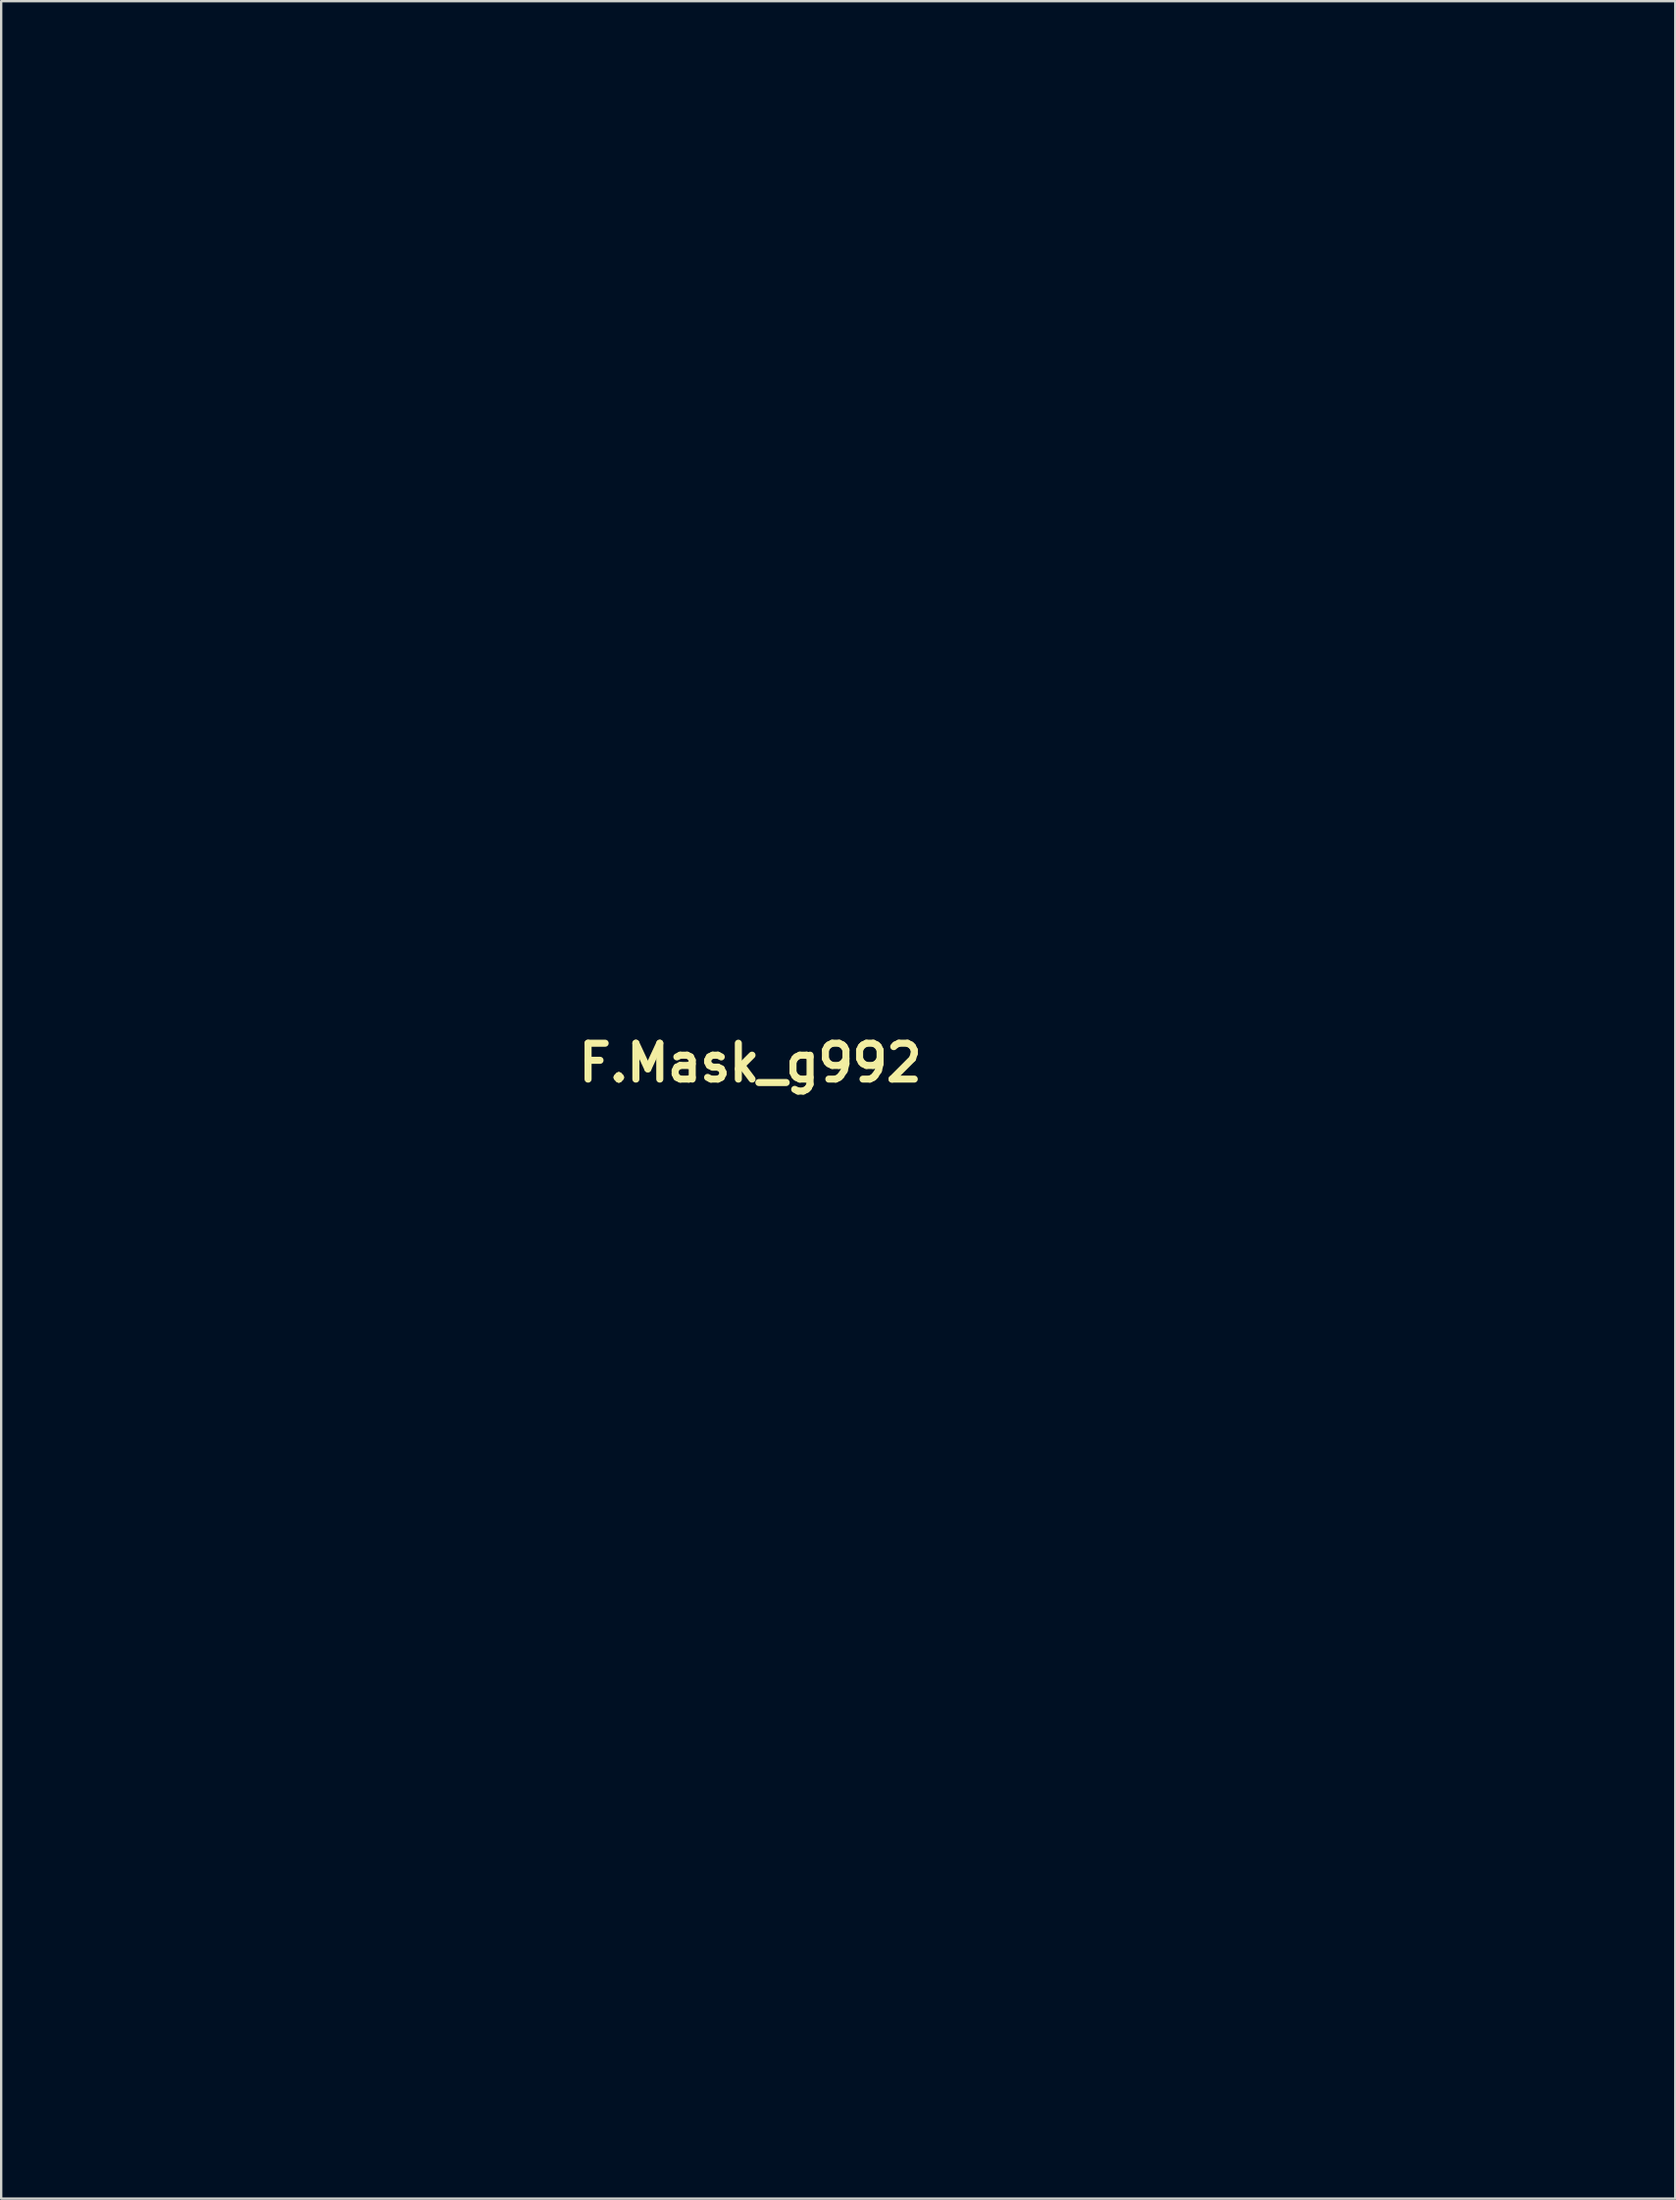
<source format=kicad_pcb>
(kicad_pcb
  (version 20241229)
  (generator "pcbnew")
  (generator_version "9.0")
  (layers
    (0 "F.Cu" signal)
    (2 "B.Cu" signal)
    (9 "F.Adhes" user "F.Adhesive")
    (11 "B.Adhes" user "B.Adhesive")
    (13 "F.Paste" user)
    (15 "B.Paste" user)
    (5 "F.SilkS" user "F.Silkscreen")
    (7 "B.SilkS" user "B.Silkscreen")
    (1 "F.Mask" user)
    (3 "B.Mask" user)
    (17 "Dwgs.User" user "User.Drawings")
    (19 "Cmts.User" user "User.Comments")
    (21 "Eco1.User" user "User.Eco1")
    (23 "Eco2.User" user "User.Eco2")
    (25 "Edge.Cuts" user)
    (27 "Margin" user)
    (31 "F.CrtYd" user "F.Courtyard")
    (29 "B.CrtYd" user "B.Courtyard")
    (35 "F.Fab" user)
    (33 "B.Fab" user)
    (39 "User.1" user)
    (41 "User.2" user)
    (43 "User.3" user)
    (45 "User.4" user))
  (footprint "F.Mask_g992"
    (layer "F.Cu")
    (at 28.834 42.09)
    (property "Reference" "F.Mask_g992" (at 0 0 0) (layer "F.SilkS") (effects (font (size 1.524 1.524) (thickness 0.3))))
    (attr through_hole)
    (fp_poly (pts (xy 10.24 -21.934) (xy 10.305 -21.892) (xy 10.369 -21.835) (xy 10.422 -21.773) (xy 10.452 -21.716) (xy 10.456 -21.693) (xy 10.447 -21.651) (xy 10.42 -21.581) (xy 10.381 -21.493) (xy 10.334 -21.396) (xy 10.333 -21.394) (xy 10.267 -21.272) (xy 10.18 -21.117) (xy 10.074 -20.932) (xy 9.949 -20.719) (xy 9.808 -20.481) (xy 9.652 -20.221) (xy 9.482 -19.941) (xy 9.301 -19.643) (xy 9.11 -19.331) (xy 8.911 -19.007) (xy 8.705 -18.674) (xy 8.493 -18.334) (xy 8.278 -17.989) (xy 8.061 -17.643) (xy 7.844 -17.299) (xy 7.628 -16.958) (xy 7.414 -16.623) (xy 7.206 -16.297) (xy 7.003 -15.983) (xy 6.933 -15.875) (xy 6.737 -15.575) (xy 6.563 -15.309) (xy 6.408 -15.077) (xy 6.273 -14.878) (xy 6.156 -14.709) (xy 6.056 -14.57) (xy 5.972 -14.459) (xy 5.904 -14.375) (xy 5.851 -14.317) (xy 5.811 -14.283) (xy 5.801 -14.278) (xy 5.703 -14.249) (xy 5.598 -14.253) (xy 5.507 -14.288) (xy 5.458 -14.327) (xy 5.416 -14.383) (xy 5.378 -14.458) (xy 5.347 -14.555) (xy 5.32 -14.675) (xy 5.298 -14.822) (xy 5.28 -14.997) (xy 5.267 -15.203) (xy 5.257 -15.442) (xy 5.251 -15.718) (xy 5.249 -16.031) (xy 5.248 -16.277) (xy 5.249 -16.431) (xy 5.25 -16.609) (xy 5.252 -16.807) (xy 5.255 -17.021) (xy 5.258 -17.247) (xy 5.262 -17.482) (xy 5.266 -17.722) (xy 5.27 -17.964) (xy 5.275 -18.202) (xy 5.279 -18.435) (xy 5.284 -18.657) (xy 5.289 -18.866) (xy 5.294 -19.057) (xy 5.298 -19.227) (xy 5.303 -19.372) (xy 5.307 -19.488) (xy 5.31 -19.572) (xy 5.313 -19.619) (xy 5.315 -19.629) (xy 5.335 -19.639) (xy 5.39 -19.666) (xy 5.477 -19.71) (xy 5.593 -19.767) (xy 5.736 -19.838) (xy 5.902 -19.92) (xy 6.088 -20.012) (xy 6.292 -20.113) (xy 6.511 -20.222) (xy 6.742 -20.336) (xy 6.795 -20.362) (xy 7.257 -20.59) (xy 7.683 -20.799) (xy 8.073 -20.99) (xy 8.428 -21.162) (xy 8.747 -21.316) (xy 9.033 -21.452) (xy 9.286 -21.572) (xy 9.506 -21.674) (xy 9.694 -21.759) (xy 9.851 -21.829) (xy 9.979 -21.882) (xy 10.076 -21.92) (xy 10.145 -21.942) (xy 10.185 -21.95) (xy 10.186 -21.95) (xy 10.24 -21.934)) (stroke (width 0.01) (type solid)) (fill yes) (layer "F.Mask"))
    (fp_poly (pts (xy -2.641 -21.877) (xy -2.505 -21.847) (xy -2.454 -21.832) (xy -2.347 -21.796) (xy -2.23 -21.753) (xy -2.099 -21.702) (xy -1.953 -21.641) (xy -1.79 -21.57) (xy -1.606 -21.488) (xy -1.401 -21.393) (xy -1.172 -21.284) (xy -0.916 -21.161) (xy -0.632 -21.023) (xy -0.318 -20.868) (xy 0.03 -20.695) (xy 0.413 -20.504) (xy 0.449 -20.486) (xy 0.716 -20.353) (xy 0.947 -20.237) (xy 1.146 -20.137) (xy 1.314 -20.052) (xy 1.455 -19.98) (xy 1.571 -19.92) (xy 1.663 -19.871) (xy 1.736 -19.832) (xy 1.791 -19.8) (xy 1.831 -19.775) (xy 1.858 -19.754) (xy 1.876 -19.738) (xy 1.886 -19.724) (xy 1.891 -19.711) (xy 1.893 -19.7) (xy 1.896 -19.669) (xy 1.902 -19.6) (xy 1.91 -19.495) (xy 1.921 -19.359) (xy 1.934 -19.194) (xy 1.949 -19.006) (xy 1.965 -18.797) (xy 1.982 -18.57) (xy 2 -18.33) (xy 2.019 -18.08) (xy 2.038 -17.823) (xy 2.057 -17.564) (xy 2.076 -17.305) (xy 2.095 -17.05) (xy 2.113 -16.803) (xy 2.13 -16.568) (xy 2.146 -16.347) (xy 2.148 -16.32) (xy 2.17 -16.002) (xy 2.19 -15.686) (xy 2.207 -15.38) (xy 2.221 -15.088) (xy 2.233 -14.818) (xy 2.241 -14.575) (xy 2.246 -14.366) (xy 2.247 -14.297) (xy 2.248 -14.151) (xy 2.247 -14.041) (xy 2.245 -13.96) (xy 2.24 -13.901) (xy 2.233 -13.858) (xy 2.222 -13.823) (xy 2.207 -13.79) (xy 2.206 -13.788) (xy 2.17 -13.73) (xy 2.131 -13.701) (xy 2.081 -13.687) (xy 1.981 -13.675) (xy 1.909 -13.677) (xy 1.855 -13.698) (xy 1.805 -13.738) (xy 1.8 -13.742) (xy 1.743 -13.807) (xy 1.666 -13.907) (xy 1.571 -14.038) (xy 1.458 -14.199) (xy 1.33 -14.387) (xy 1.187 -14.601) (xy 1.032 -14.837) (xy 0.865 -15.094) (xy 0.688 -15.37) (xy 0.503 -15.661) (xy 0.31 -15.966) (xy 0.111 -16.283) (xy -0.092 -16.609) (xy -0.299 -16.942) (xy -0.507 -17.28) (xy -0.715 -17.62) (xy -0.922 -17.96) (xy -1.127 -18.298) (xy -1.327 -18.631) (xy -1.523 -18.958) (xy -1.711 -19.275) (xy -1.892 -19.582) (xy -2.063 -19.875) (xy -2.223 -20.152) (xy -2.37 -20.411) (xy -2.504 -20.649) (xy -2.623 -20.865) (xy -2.725 -21.056) (xy -2.809 -21.219) (xy -2.828 -21.259) (xy -2.888 -21.384) (xy -2.928 -21.48) (xy -2.951 -21.555) (xy -2.957 -21.617) (xy -2.95 -21.674) (xy -2.934 -21.724) (xy -2.89 -21.805) (xy -2.829 -21.857) (xy -2.747 -21.881) (xy -2.641 -21.877)) (stroke (width 0.01) (type solid)) (fill yes) (layer "F.Mask"))
    (fp_poly (pts (xy 25.315 -5.61) (xy 25.354 -5.582) (xy 25.357 -5.578) (xy 25.379 -5.53) (xy 25.4 -5.447) (xy 25.418 -5.334) (xy 25.433 -5.2) (xy 25.444 -5.051) (xy 25.452 -4.893) (xy 25.455 -4.734) (xy 25.453 -4.58) (xy 25.445 -4.438) (xy 25.443 -4.413) (xy 25.427 -4.265) (xy 25.405 -4.125) (xy 25.375 -3.987) (xy 25.336 -3.845) (xy 25.285 -3.696) (xy 25.22 -3.533) (xy 25.141 -3.35) (xy 25.044 -3.143) (xy 24.928 -2.907) (xy 24.893 -2.836) (xy 24.663 -2.39) (xy 24.436 -1.979) (xy 24.207 -1.595) (xy 23.971 -1.232) (xy 23.723 -0.882) (xy 23.459 -0.538) (xy 23.173 -0.194) (xy 22.863 0.157) (xy 22.726 0.305) (xy 22.586 0.451) (xy 22.439 0.597) (xy 22.283 0.746) (xy 22.113 0.903) (xy 21.926 1.07) (xy 21.719 1.251) (xy 21.487 1.448) (xy 21.227 1.665) (xy 21.043 1.818) (xy 20.549 2.226) (xy 19.011 2.266) (xy 18.325 2.283) (xy 17.658 2.3) (xy 17.004 2.316) (xy 16.359 2.331) (xy 15.719 2.346) (xy 15.078 2.361) (xy 14.432 2.375) (xy 13.776 2.389) (xy 13.105 2.404) (xy 12.416 2.418) (xy 11.702 2.432) (xy 10.96 2.447) (xy 10.185 2.462) (xy 9.4 2.477) (xy 9.019 2.484) (xy 8.678 2.49) (xy 8.375 2.496) (xy 8.108 2.501) (xy 7.874 2.505) (xy 7.671 2.509) (xy 7.497 2.511) (xy 7.35 2.514) (xy 7.228 2.515) (xy 7.127 2.516) (xy 7.047 2.517) (xy 6.984 2.517) (xy 6.938 2.516) (xy 6.904 2.515) (xy 6.881 2.513) (xy 6.868 2.511) (xy 6.861 2.509) (xy 6.858 2.506) (xy 6.858 2.503) (xy 6.862 2.44) (xy 6.872 2.353) (xy 6.885 2.253) (xy 6.901 2.149) (xy 6.918 2.052) (xy 6.934 1.972) (xy 6.947 1.919) (xy 6.951 1.909) (xy 6.976 1.869) (xy 7.009 1.828) (xy 7.052 1.786) (xy 7.108 1.74) (xy 7.177 1.69) (xy 7.262 1.637) (xy 7.362 1.578) (xy 7.481 1.514) (xy 7.618 1.444) (xy 7.777 1.367) (xy 7.957 1.283) (xy 8.162 1.19) (xy 8.391 1.088) (xy 8.647 0.976) (xy 8.931 0.855) (xy 9.245 0.722) (xy 9.589 0.578) (xy 9.966 0.421) (xy 10.377 0.252) (xy 10.823 0.069) (xy 11.306 -0.129) (xy 11.716 -0.296) (xy 12.484 -0.609) (xy 13.242 -0.916) (xy 13.987 -1.219) (xy 14.719 -1.515) (xy 15.436 -1.805) (xy 16.138 -2.088) (xy 16.822 -2.363) (xy 17.489 -2.631) (xy 18.137 -2.891) (xy 18.764 -3.142) (xy 19.369 -3.383) (xy 19.952 -3.615) (xy 20.511 -3.837) (xy 21.045 -4.048) (xy 21.553 -4.249) (xy 22.034 -4.437) (xy 22.486 -4.614) (xy 22.908 -4.778) (xy 23.299 -4.93) (xy 23.658 -5.068) (xy 23.985 -5.192) (xy 24.276 -5.302) (xy 24.532 -5.397) (xy 24.752 -5.477) (xy 24.934 -5.541) (xy 24.945 -5.545) (xy 25.08 -5.589) (xy 25.184 -5.614) (xy 25.26 -5.621) (xy 25.315 -5.61)) (stroke (width 0.01) (type solid)) (fill yes) (layer "F.Mask"))
    (fp_poly (pts (xy -17.629 -5.516) (xy -17.554 -5.499) (xy -17.459 -5.471) (xy -17.342 -5.432) (xy -17.198 -5.379) (xy -17.023 -5.313) (xy -16.814 -5.231) (xy -16.764 -5.211) (xy -16.575 -5.137) (xy -16.35 -5.048) (xy -16.091 -4.945) (xy -15.8 -4.829) (xy -15.481 -4.702) (xy -15.137 -4.565) (xy -14.769 -4.418) (xy -14.382 -4.263) (xy -13.976 -4.101) (xy -13.556 -3.933) (xy -13.123 -3.76) (xy -12.682 -3.583) (xy -12.233 -3.403) (xy -11.78 -3.221) (xy -11.326 -3.039) (xy -10.874 -2.857) (xy -10.425 -2.676) (xy -9.983 -2.499) (xy -9.551 -2.324) (xy -9.131 -2.155) (xy -8.726 -1.992) (xy -8.338 -1.835) (xy -8.223 -1.789) (xy -8.081 -1.731) (xy -7.909 -1.662) (xy -7.717 -1.584) (xy -7.513 -1.502) (xy -7.307 -1.419) (xy -7.108 -1.338) (xy -7.017 -1.302) (xy -6.372 -1.041) (xy -5.765 -0.796) (xy -5.195 -0.566) (xy -4.661 -0.349) (xy -4.162 -0.146) (xy -3.696 0.044) (xy -3.263 0.221) (xy -2.86 0.386) (xy -2.488 0.54) (xy -2.144 0.683) (xy -1.828 0.815) (xy -1.538 0.937) (xy -1.274 1.05) (xy -1.033 1.154) (xy -0.816 1.249) (xy -0.62 1.336) (xy -0.445 1.416) (xy -0.289 1.489) (xy -0.151 1.555) (xy -0.03 1.616) (xy 0.075 1.671) (xy 0.165 1.721) (xy 0.242 1.767) (xy 0.306 1.809) (xy 0.359 1.848) (xy 0.403 1.884) (xy 0.437 1.917) (xy 0.464 1.949) (xy 0.466 1.951) (xy 0.491 1.99) (xy 0.508 2.032) (xy 0.518 2.089) (xy 0.524 2.172) (xy 0.526 2.223) (xy 0.528 2.319) (xy 0.526 2.385) (xy 0.517 2.431) (xy 0.501 2.469) (xy 0.482 2.498) (xy 0.448 2.544) (xy 0.41 2.579) (xy 0.363 2.604) (xy 0.3 2.62) (xy 0.215 2.63) (xy 0.1 2.635) (xy -0.042 2.638) (xy -0.154 2.638) (xy -0.3 2.637) (xy -0.469 2.635) (xy -0.655 2.633) (xy -0.846 2.629) (xy -1.035 2.625) (xy -1.079 2.624) (xy -1.226 2.62) (xy -1.394 2.616) (xy -1.586 2.612) (xy -1.801 2.607) (xy -2.042 2.602) (xy -2.308 2.596) (xy -2.603 2.59) (xy -2.925 2.583) (xy -3.278 2.576) (xy -3.661 2.569) (xy -4.075 2.561) (xy -4.523 2.552) (xy -5.005 2.543) (xy -5.522 2.533) (xy -6.075 2.522) (xy -6.665 2.511) (xy -7.294 2.499) (xy -7.962 2.486) (xy -8.671 2.473) (xy -9.068 2.465) (xy -13.003 2.391) (xy -13.28 2.185) (xy -13.391 2.101) (xy -13.506 2.012) (xy -13.613 1.927) (xy -13.702 1.854) (xy -13.726 1.834) (xy -13.893 1.688) (xy -14.078 1.52) (xy -14.277 1.334) (xy -14.485 1.135) (xy -14.698 0.928) (xy -14.911 0.718) (xy -15.119 0.509) (xy -15.317 0.305) (xy -15.501 0.112) (xy -15.666 -0.065) (xy -15.807 -0.223) (xy -15.888 -0.318) (xy -16.218 -0.728) (xy -16.527 -1.144) (xy -16.812 -1.561) (xy -17.073 -1.978) (xy -17.307 -2.391) (xy -17.513 -2.797) (xy -17.689 -3.192) (xy -17.833 -3.573) (xy -17.944 -3.938) (xy -17.994 -4.149) (xy -18.025 -4.334) (xy -18.042 -4.524) (xy -18.045 -4.711) (xy -18.036 -4.892) (xy -18.015 -5.059) (xy -17.983 -5.208) (xy -17.94 -5.334) (xy -17.888 -5.429) (xy -17.827 -5.49) (xy -17.816 -5.496) (xy -17.779 -5.512) (xy -17.738 -5.521) (xy -17.689 -5.523) (xy -17.629 -5.516)) (stroke (width 0.01) (type solid)) (fill yes) (layer "F.Mask"))
    (fp_poly (pts (xy 15.527 8.631) (xy 15.636 8.682) (xy 15.746 8.772) (xy 15.798 8.828) (xy 15.904 8.962) (xy 16.023 9.132) (xy 16.154 9.335) (xy 16.296 9.57) (xy 16.447 9.833) (xy 16.605 10.12) (xy 16.77 10.429) (xy 16.94 10.758) (xy 17.113 11.102) (xy 17.289 11.46) (xy 17.465 11.828) (xy 17.64 12.204) (xy 17.813 12.584) (xy 17.982 12.965) (xy 18.146 13.345) (xy 18.304 13.72) (xy 18.453 14.088) (xy 18.594 14.446) (xy 18.723 14.79) (xy 18.813 15.039) (xy 19.048 15.728) (xy 19.261 16.397) (xy 19.452 17.052) (xy 19.624 17.699) (xy 19.776 18.342) (xy 19.911 18.988) (xy 20.028 19.641) (xy 20.129 20.306) (xy 20.215 20.99) (xy 20.287 21.696) (xy 20.346 22.432) (xy 20.392 23.201) (xy 20.404 23.442) (xy 20.414 23.667) (xy 20.423 23.906) (xy 20.431 24.16) (xy 20.438 24.432) (xy 20.444 24.725) (xy 20.45 25.04) (xy 20.455 25.381) (xy 20.459 25.749) (xy 20.462 26.146) (xy 20.464 26.576) (xy 20.466 27.039) (xy 20.467 27.54) (xy 20.468 28.079) (xy 20.468 28.322) (xy 20.468 31) (xy 19.764 31.205) (xy 19.603 31.252) (xy 19.409 31.309) (xy 19.188 31.373) (xy 18.948 31.443) (xy 18.696 31.517) (xy 18.439 31.592) (xy 18.185 31.666) (xy 17.94 31.738) (xy 17.896 31.751) (xy 17.175 31.961) (xy 16.492 32.158) (xy 15.844 32.342) (xy 15.23 32.514) (xy 14.647 32.674) (xy 14.093 32.823) (xy 13.566 32.962) (xy 13.064 33.09) (xy 12.584 33.209) (xy 12.124 33.318) (xy 11.683 33.419) (xy 11.257 33.511) (xy 10.845 33.596) (xy 10.444 33.674) (xy 10.053 33.745) (xy 9.669 33.809) (xy 9.289 33.868) (xy 8.912 33.922) (xy 8.536 33.971) (xy 8.158 34.016) (xy 7.776 34.057) (xy 7.567 34.077) (xy 7.427 34.091) (xy 7.262 34.106) (xy 7.076 34.123) (xy 6.875 34.142) (xy 6.662 34.161) (xy 6.44 34.181) (xy 6.215 34.201) (xy 5.991 34.221) (xy 5.771 34.241) (xy 5.559 34.259) (xy 5.361 34.276) (xy 5.18 34.292) (xy 5.021 34.305) (xy 4.887 34.317) (xy 4.782 34.325) (xy 4.711 34.33) (xy 4.679 34.332) (xy 4.614 34.332) (xy 4.614 32.991) (xy 4.614 32.708) (xy 4.615 32.463) (xy 4.616 32.254) (xy 4.617 32.078) (xy 4.619 31.93) (xy 4.622 31.808) (xy 4.625 31.708) (xy 4.629 31.626) (xy 4.634 31.56) (xy 4.64 31.506) (xy 4.647 31.462) (xy 4.699 31.253) (xy 4.777 31.074) (xy 4.886 30.923) (xy 5.026 30.797) (xy 5.201 30.692) (xy 5.373 30.62) (xy 5.473 30.587) (xy 5.587 30.556) (xy 5.718 30.526) (xy 5.869 30.497) (xy 6.043 30.468) (xy 6.242 30.439) (xy 6.47 30.409) (xy 6.728 30.379) (xy 7.021 30.347) (xy 7.35 30.313) (xy 7.705 30.278) (xy 8.175 30.231) (xy 8.623 30.18) (xy 9.055 30.125) (xy 9.48 30.065) (xy 9.905 29.997) (xy 10.338 29.922) (xy 10.788 29.837) (xy 11.261 29.742) (xy 11.765 29.635) (xy 11.822 29.623) (xy 12.453 29.481) (xy 13.057 29.338) (xy 13.642 29.19) (xy 14.216 29.035) (xy 14.786 28.871) (xy 15.358 28.697) (xy 15.94 28.51) (xy 16.539 28.307) (xy 17.163 28.087) (xy 17.628 27.918) (xy 18.461 27.612) (xy 18.451 24.723) (xy 18.449 24.291) (xy 18.447 23.899) (xy 18.446 23.543) (xy 18.444 23.221) (xy 18.442 22.929) (xy 18.44 22.665) (xy 18.437 22.425) (xy 18.434 22.206) (xy 18.431 22.007) (xy 18.427 21.822) (xy 18.422 21.651) (xy 18.417 21.489) (xy 18.412 21.333) (xy 18.405 21.182) (xy 18.398 21.031) (xy 18.39 20.877) (xy 18.381 20.719) (xy 18.372 20.563) (xy 18.3 19.583) (xy 18.202 18.634) (xy 18.078 17.718) (xy 17.928 16.833) (xy 17.752 15.978) (xy 17.549 15.153) (xy 17.319 14.356) (xy 17.063 13.586) (xy 17.063 13.585) (xy 16.938 13.243) (xy 16.81 12.91) (xy 16.676 12.578) (xy 16.531 12.239) (xy 16.374 11.883) (xy 16.199 11.503) (xy 16.136 11.37) (xy 15.938 10.944) (xy 15.762 10.554) (xy 15.608 10.2) (xy 15.476 9.882) (xy 15.366 9.599) (xy 15.278 9.351) (xy 15.253 9.277) (xy 15.204 9.106) (xy 15.179 8.966) (xy 15.178 8.854) (xy 15.202 8.766) (xy 15.251 8.698) (xy 15.325 8.646) (xy 15.423 8.619) (xy 15.527 8.631)) (stroke (width 0.01) (type solid)) (fill yes) (layer "F.Mask"))
    (fp_poly (pts (xy -6.955 6.756) (xy -6.857 6.804) (xy -6.786 6.878) (xy -6.773 6.902) (xy -6.746 6.97) (xy -6.732 7.037) (xy -6.731 7.049) (xy -6.738 7.109) (xy -6.759 7.193) (xy -6.794 7.302) (xy -6.844 7.438) (xy -6.91 7.601) (xy -6.992 7.793) (xy -7.09 8.014) (xy -7.205 8.266) (xy -7.337 8.549) (xy -7.487 8.866) (xy -7.656 9.216) (xy -7.843 9.602) (xy -8.05 10.023) (xy -8.086 10.097) (xy -8.197 10.323) (xy -8.307 10.548) (xy -8.415 10.768) (xy -8.516 10.978) (xy -8.611 11.172) (xy -8.695 11.347) (xy -8.767 11.499) (xy -8.826 11.622) (xy -8.867 11.711) (xy -8.869 11.716) (xy -9.11 12.257) (xy -9.333 12.787) (xy -9.541 13.31) (xy -9.733 13.829) (xy -9.91 14.346) (xy -10.073 14.865) (xy -10.222 15.388) (xy -10.358 15.919) (xy -10.481 16.46) (xy -10.593 17.015) (xy -10.693 17.586) (xy -10.783 18.176) (xy -10.863 18.789) (xy -10.934 19.427) (xy -10.995 20.093) (xy -11.049 20.791) (xy -11.095 21.522) (xy -11.134 22.291) (xy -11.154 22.765) (xy -11.174 23.3) (xy -11.192 23.794) (xy -11.206 24.249) (xy -11.217 24.667) (xy -11.224 25.049) (xy -11.229 25.397) (xy -11.23 25.712) (xy -11.229 25.997) (xy -11.224 26.251) (xy -11.216 26.478) (xy -11.205 26.679) (xy -11.19 26.855) (xy -11.173 27.008) (xy -11.157 27.111) (xy -11.129 27.258) (xy -11.098 27.371) (xy -11.061 27.457) (xy -11.012 27.527) (xy -10.947 27.587) (xy -10.876 27.637) (xy -10.72 27.728) (xy -10.528 27.825) (xy -10.298 27.928) (xy -10.029 28.037) (xy -9.72 28.152) (xy -9.371 28.274) (xy -9.236 28.319) (xy -8.716 28.487) (xy -8.158 28.655) (xy -7.569 28.822) (xy -6.952 28.987) (xy -6.313 29.15) (xy -5.657 29.308) (xy -4.989 29.461) (xy -4.314 29.608) (xy -3.638 29.747) (xy -2.964 29.877) (xy -2.3 29.998) (xy -1.648 30.108) (xy -1.015 30.206) (xy -0.405 30.291) (xy -0.265 30.309) (xy -0.024 30.338) (xy 0.215 30.365) (xy 0.459 30.389) (xy 0.715 30.412) (xy 0.99 30.433) (xy 1.288 30.454) (xy 1.618 30.475) (xy 1.894 30.491) (xy 2.094 30.502) (xy 2.281 30.513) (xy 2.451 30.524) (xy 2.599 30.533) (xy 2.722 30.541) (xy 2.816 30.548) (xy 2.874 30.552) (xy 2.895 30.555) (xy 2.899 30.564) (xy 2.904 30.591) (xy 2.907 30.638) (xy 2.91 30.706) (xy 2.913 30.799) (xy 2.915 30.917) (xy 2.917 31.064) (xy 2.919 31.242) (xy 2.92 31.453) (xy 2.92 31.698) (xy 2.921 31.981) (xy 2.921 32.304) (xy 2.921 32.406) (xy 2.921 34.248) (xy 2.82 34.244) (xy 2.777 34.243) (xy 2.697 34.241) (xy 2.584 34.239) (xy 2.446 34.236) (xy 2.286 34.232) (xy 2.11 34.229) (xy 1.924 34.225) (xy 1.894 34.225) (xy 1.538 34.217) (xy 1.216 34.207) (xy 0.923 34.196) (xy 0.652 34.183) (xy 0.395 34.168) (xy 0.145 34.15) (xy -0.105 34.129) (xy -0.212 34.119) (xy -0.719 34.068) (xy -1.215 34.012) (xy -1.696 33.951) (xy -2.156 33.886) (xy -2.589 33.818) (xy -2.992 33.748) (xy -3.36 33.676) (xy -3.471 33.653) (xy -3.764 33.587) (xy -4.092 33.51) (xy -4.452 33.423) (xy -4.84 33.327) (xy -5.251 33.223) (xy -5.684 33.111) (xy -6.132 32.994) (xy -6.593 32.871) (xy -7.063 32.745) (xy -7.538 32.615) (xy -8.014 32.484) (xy -8.487 32.352) (xy -8.954 32.22) (xy -9.411 32.09) (xy -9.853 31.962) (xy -10.278 31.837) (xy -10.681 31.717) (xy -11.058 31.603) (xy -11.406 31.495) (xy -11.721 31.394) (xy -11.999 31.303) (xy -12.023 31.295) (xy -12.221 31.227) (xy -12.383 31.169) (xy -12.513 31.119) (xy -12.616 31.075) (xy -12.694 31.035) (xy -12.753 30.997) (xy -12.796 30.958) (xy -12.828 30.918) (xy -12.847 30.884) (xy -12.89 30.775) (xy -12.93 30.624) (xy -12.966 30.43) (xy -12.998 30.196) (xy -13.026 29.919) (xy -13.051 29.601) (xy -13.072 29.24) (xy -13.089 28.838) (xy -13.102 28.394) (xy -13.112 27.907) (xy -13.118 27.379) (xy -13.12 26.809) (xy -13.118 26.196) (xy -13.117 26.048) (xy -13.114 25.633) (xy -13.11 25.257) (xy -13.105 24.915) (xy -13.099 24.602) (xy -13.092 24.314) (xy -13.084 24.048) (xy -13.074 23.799) (xy -13.062 23.562) (xy -13.048 23.334) (xy -13.033 23.11) (xy -13.015 22.886) (xy -12.994 22.657) (xy -12.973 22.437) (xy -12.853 21.363) (xy -12.709 20.324) (xy -12.54 19.317) (xy -12.346 18.342) (xy -12.127 17.397) (xy -11.883 16.481) (xy -11.613 15.594) (xy -11.352 14.827) (xy -11.171 14.34) (xy -10.968 13.827) (xy -10.748 13.297) (xy -10.513 12.757) (xy -10.268 12.216) (xy -10.017 11.682) (xy -9.762 11.163) (xy -9.609 10.863) (xy -9.47 10.591) (xy -9.327 10.303) (xy -9.182 10.004) (xy -9.037 9.701) (xy -8.896 9.398) (xy -8.76 9.101) (xy -8.633 8.816) (xy -8.516 8.549) (xy -8.413 8.303) (xy -8.325 8.086) (xy -8.275 7.957) (xy -8.234 7.841) (xy -8.207 7.751) (xy -8.191 7.673) (xy -8.183 7.593) (xy -8.18 7.542) (xy -8.166 7.395) (xy -8.129 7.275) (xy -8.065 7.173) (xy -7.978 7.085) (xy -7.829 6.972) (xy -7.674 6.879) (xy -7.516 6.808) (xy -7.36 6.76) (xy -7.211 6.734) (xy -7.075 6.733) (xy -6.955 6.756)) (stroke (width 0.01) (type solid)) (fill yes) (layer "F.Mask"))
    (fp_poly (pts (xy -11.684 33.821) (xy -11.524 33.847) (xy -11.341 33.886) (xy -11.139 33.937) (xy -10.924 34) (xy -10.698 34.072) (xy -10.636 34.094) (xy -10.373 34.198) (xy -10.13 34.322) (xy -9.912 34.462) (xy -9.722 34.614) (xy -9.565 34.775) (xy -9.445 34.944) (xy -9.426 34.979) (xy -9.407 35.016) (xy -9.389 35.053) (xy -9.372 35.095) (xy -9.354 35.144) (xy -9.336 35.203) (xy -9.316 35.274) (xy -9.294 35.359) (xy -9.269 35.462) (xy -9.24 35.585) (xy -9.208 35.731) (xy -9.171 35.903) (xy -9.128 36.103) (xy -9.08 36.333) (xy -9.025 36.597) (xy -8.963 36.897) (xy -8.893 37.236) (xy -8.892 37.243) (xy -8.828 37.547) (xy -8.77 37.815) (xy -8.717 38.049) (xy -8.666 38.256) (xy -8.618 38.438) (xy -8.57 38.601) (xy -8.521 38.75) (xy -8.47 38.887) (xy -8.416 39.019) (xy -8.357 39.15) (xy -8.325 39.218) (xy -8.249 39.361) (xy -8.174 39.47) (xy -8.091 39.555) (xy -7.992 39.623) (xy -7.867 39.683) (xy -7.811 39.705) (xy -7.627 39.773) (xy -7.405 39.851) (xy -7.148 39.938) (xy -6.858 40.034) (xy -6.538 40.137) (xy -6.191 40.248) (xy -5.819 40.364) (xy -5.426 40.486) (xy -5.013 40.613) (xy -4.585 40.743) (xy -4.142 40.876) (xy -3.689 41.011) (xy -3.228 41.148) (xy -2.761 41.285) (xy -2.291 41.422) (xy -1.822 41.558) (xy -1.355 41.692) (xy -0.894 41.824) (xy -0.442 41.952) (xy 0.000077 42.075) (xy 0.428 42.194) (xy 0.84 42.307) (xy 1.232 42.413) (xy 1.603 42.512) (xy 1.948 42.603) (xy 2.267 42.685) (xy 2.555 42.756) (xy 2.811 42.817) (xy 2.9 42.838) (xy 3.027 42.865) (xy 3.162 42.891) (xy 3.288 42.913) (xy 3.387 42.928) (xy 3.516 42.939) (xy 3.658 42.943) (xy 3.814 42.938) (xy 3.987 42.926) (xy 4.177 42.904) (xy 4.385 42.874) (xy 4.614 42.835) (xy 4.865 42.786) (xy 5.139 42.727) (xy 5.437 42.657) (xy 5.761 42.577) (xy 6.113 42.486) (xy 6.493 42.383) (xy 6.904 42.269) (xy 7.347 42.143) (xy 7.822 42.004) (xy 8.332 41.853) (xy 8.879 41.688) (xy 9.462 41.51) (xy 9.927 41.367) (xy 10.166 41.293) (xy 10.425 41.213) (xy 10.699 41.128) (xy 10.985 41.038) (xy 11.281 40.946) (xy 11.582 40.851) (xy 11.885 40.756) (xy 12.187 40.661) (xy 12.485 40.567) (xy 12.776 40.475) (xy 13.055 40.387) (xy 13.32 40.303) (xy 13.567 40.224) (xy 13.793 40.152) (xy 13.994 40.088) (xy 14.168 40.032) (xy 14.311 39.985) (xy 14.419 39.95) (xy 14.478 39.93) (xy 14.735 39.838) (xy 14.955 39.752) (xy 15.144 39.669) (xy 15.305 39.587) (xy 15.445 39.502) (xy 15.567 39.413) (xy 15.677 39.316) (xy 15.71 39.284) (xy 15.793 39.196) (xy 15.856 39.118) (xy 15.91 39.032) (xy 15.966 38.926) (xy 15.978 38.901) (xy 16.02 38.812) (xy 16.059 38.724) (xy 16.095 38.632) (xy 16.13 38.533) (xy 16.165 38.425) (xy 16.2 38.303) (xy 16.236 38.164) (xy 16.275 38.004) (xy 16.317 37.821) (xy 16.363 37.61) (xy 16.414 37.368) (xy 16.471 37.091) (xy 16.535 36.777) (xy 16.541 36.748) (xy 16.602 36.448) (xy 16.657 36.187) (xy 16.705 35.96) (xy 16.749 35.764) (xy 16.789 35.595) (xy 16.825 35.45) (xy 16.86 35.325) (xy 16.894 35.217) (xy 16.927 35.121) (xy 16.961 35.035) (xy 16.997 34.954) (xy 17.011 34.925) (xy 17.069 34.813) (xy 17.127 34.723) (xy 17.198 34.638) (xy 17.27 34.563) (xy 17.354 34.482) (xy 17.431 34.42) (xy 17.513 34.367) (xy 17.616 34.312) (xy 17.653 34.294) (xy 17.825 34.217) (xy 18.021 34.141) (xy 18.234 34.068) (xy 18.453 34) (xy 18.671 33.94) (xy 18.88 33.891) (xy 19.069 33.854) (xy 19.231 33.833) (xy 19.267 33.831) (xy 19.403 33.827) (xy 19.506 33.838) (xy 19.582 33.865) (xy 19.639 33.911) (xy 19.683 33.979) (xy 19.688 33.99) (xy 19.708 34.033) (xy 19.72 34.071) (xy 19.725 34.115) (xy 19.723 34.174) (xy 19.716 34.259) (xy 19.709 34.329) (xy 19.688 34.499) (xy 19.658 34.707) (xy 19.619 34.949) (xy 19.572 35.222) (xy 19.516 35.523) (xy 19.454 35.847) (xy 19.389 36.174) (xy 19.37 36.265) (xy 19.343 36.388) (xy 19.311 36.541) (xy 19.272 36.719) (xy 19.229 36.92) (xy 19.181 37.14) (xy 19.129 37.377) (xy 19.074 37.627) (xy 19.017 37.886) (xy 18.958 38.152) (xy 18.899 38.422) (xy 18.839 38.692) (xy 18.78 38.96) (xy 18.722 39.221) (xy 18.666 39.473) (xy 18.612 39.713) (xy 18.562 39.937) (xy 18.516 40.143) (xy 18.475 40.326) (xy 18.439 40.485) (xy 18.409 40.615) (xy 18.386 40.713) (xy 18.371 40.777) (xy 18.364 40.803) (xy 18.364 40.804) (xy 18.343 40.811) (xy 18.286 40.829) (xy 18.195 40.857) (xy 18.075 40.895) (xy 17.928 40.941) (xy 17.759 40.993) (xy 17.571 41.051) (xy 17.367 41.114) (xy 17.186 41.17) (xy 16.922 41.251) (xy 16.631 41.341) (xy 16.321 41.437) (xy 16.004 41.534) (xy 15.689 41.631) (xy 15.386 41.725) (xy 15.105 41.811) (xy 14.891 41.878) (xy 14.265 42.07) (xy 13.671 42.253) (xy 13.099 42.429) (xy 12.539 42.6) (xy 11.984 42.77) (xy 11.423 42.941) (xy 10.847 43.116) (xy 10.248 43.298) (xy 10.054 43.357) (xy 9.72 43.458) (xy 9.374 43.563) (xy 9.02 43.669) (xy 8.66 43.777) (xy 8.295 43.886) (xy 7.928 43.995) (xy 7.562 44.104) (xy 7.199 44.211) (xy 6.841 44.317) (xy 6.49 44.42) (xy 6.149 44.52) (xy 5.82 44.617) (xy 5.505 44.709) (xy 5.207 44.795) (xy 4.928 44.876) (xy 4.67 44.95) (xy 4.436 45.017) (xy 4.228 45.077) (xy 4.047 45.127) (xy 3.898 45.169) (xy 3.781 45.2) (xy 3.699 45.221) (xy 3.655 45.231) (xy 3.648 45.232) (xy 3.622 45.225) (xy 3.558 45.207) (xy 3.461 45.178) (xy 3.334 45.14) (xy 3.181 45.094) (xy 3.004 45.039) (xy 2.807 44.979) (xy 2.594 44.913) (xy 2.368 44.843) (xy 2.254 44.808) (xy 1.361 44.53) (xy 0.5 44.263) (xy -0.334 44.006) (xy -1.15 43.756) (xy -1.954 43.511) (xy -2.753 43.269) (xy -3.555 43.027) (xy -4.366 42.785) (xy -5.193 42.538) (xy -6.044 42.286) (xy -6.418 42.176) (xy -6.97 42.013) (xy -7.481 41.86) (xy -7.952 41.718) (xy -8.384 41.587) (xy -8.777 41.465) (xy -9.131 41.354) (xy -9.447 41.252) (xy -9.725 41.161) (xy -9.965 41.079) (xy -10.169 41.007) (xy -10.337 40.944) (xy -10.468 40.89) (xy -10.535 40.86) (xy -10.61 40.821) (xy -10.67 40.779) (xy -10.718 40.728) (xy -10.759 40.661) (xy -10.798 40.571) (xy -10.839 40.45) (xy -10.869 40.354) (xy -10.922 40.171) (xy -10.981 39.953) (xy -11.045 39.702) (xy -11.114 39.425) (xy -11.186 39.123) (xy -11.261 38.802) (xy -11.338 38.464) (xy -11.416 38.115) (xy -11.494 37.757) (xy -11.572 37.395) (xy -11.648 37.033) (xy -11.722 36.674) (xy -11.793 36.323) (xy -11.861 35.983) (xy -11.923 35.658) (xy -11.98 35.353) (xy -12.031 35.071) (xy -12.075 34.815) (xy -12.11 34.591) (xy -12.137 34.401) (xy -12.149 34.304) (xy -12.159 34.159) (xy -12.154 34.046) (xy -12.129 33.961) (xy -12.084 33.895) (xy -12.016 33.843) (xy -11.987 33.827) (xy -11.92 33.81) (xy -11.817 33.808) (xy -11.684 33.821)) (stroke (width 0.01) (type solid)) (fill yes) (layer "F.Mask"))
    (fp_poly (pts (xy -18.926 -41.697) (xy -18.833 -41.649) (xy -18.732 -41.577) (xy -18.727 -41.574) (xy -18.635 -41.498) (xy -18.523 -41.403) (xy -18.391 -41.288) (xy -18.239 -41.153) (xy -18.066 -40.998) (xy -17.871 -40.821) (xy -17.654 -40.622) (xy -17.414 -40.401) (xy -17.149 -40.156) (xy -16.861 -39.887) (xy -16.547 -39.593) (xy -16.207 -39.275) (xy -15.841 -38.93) (xy -15.448 -38.559) (xy -15.027 -38.161) (xy -14.577 -37.735) (xy -14.098 -37.281) (xy -13.758 -36.957) (xy -13.527 -36.738) (xy -13.305 -36.527) (xy -13.093 -36.326) (xy -12.893 -36.136) (xy -12.707 -35.96) (xy -12.538 -35.799) (xy -12.387 -35.655) (xy -12.255 -35.531) (xy -12.146 -35.427) (xy -12.061 -35.346) (xy -12.001 -35.29) (xy -11.97 -35.26) (xy -11.965 -35.256) (xy -11.959 -35.23) (xy -11.95 -35.163) (xy -11.937 -35.054) (xy -11.92 -34.904) (xy -11.9 -34.712) (xy -11.877 -34.478) (xy -11.85 -34.203) (xy -11.819 -33.888) (xy -11.786 -33.532) (xy -11.749 -33.135) (xy -11.708 -32.697) (xy -11.685 -32.44) (xy -11.654 -32.1) (xy -11.624 -31.773) (xy -11.595 -31.459) (xy -11.569 -31.162) (xy -11.544 -30.885) (xy -11.521 -30.628) (xy -11.5 -30.396) (xy -11.482 -30.191) (xy -11.466 -30.014) (xy -11.453 -29.869) (xy -11.444 -29.758) (xy -11.438 -29.682) (xy -11.435 -29.646) (xy -11.435 -29.643) (xy -11.452 -29.656) (xy -11.499 -29.695) (xy -11.574 -29.761) (xy -11.676 -29.851) (xy -11.804 -29.963) (xy -11.955 -30.098) (xy -12.128 -30.252) (xy -12.322 -30.426) (xy -12.536 -30.617) (xy -12.767 -30.825) (xy -12.805 -30.859) (xy -13.024 -31.057) (xy -13.262 -31.274) (xy -13.522 -31.513) (xy -13.806 -31.775) (xy -14.114 -32.062) (xy -14.45 -32.375) (xy -14.752 -32.659) (xy -15.072 -32.959) (xy -15.365 -33.231) (xy -15.631 -33.477) (xy -15.873 -33.699) (xy -16.093 -33.898) (xy -16.293 -34.076) (xy -16.476 -34.235) (xy -16.642 -34.377) (xy -16.794 -34.504) (xy -16.935 -34.616) (xy -17.066 -34.717) (xy -17.189 -34.808) (xy -17.306 -34.89) (xy -17.351 -34.92) (xy -17.525 -35.037) (xy -17.614 -34.978) (xy -17.726 -34.893) (xy -17.857 -34.775) (xy -18.007 -34.623) (xy -18.177 -34.437) (xy -18.366 -34.216) (xy -18.576 -33.96) (xy -18.775 -33.708) (xy -18.921 -33.523) (xy -19.082 -33.323) (xy -19.252 -33.113) (xy -19.427 -32.901) (xy -19.599 -32.695) (xy -19.763 -32.5) (xy -19.914 -32.324) (xy -20.046 -32.175) (xy -20.058 -32.161) (xy -20.153 -32.054) (xy -20.259 -31.936) (xy -20.363 -31.82) (xy -20.452 -31.721) (xy -20.453 -31.72) (xy -20.584 -31.567) (xy -20.693 -31.422) (xy -20.784 -31.279) (xy -20.858 -31.132) (xy -20.918 -30.974) (xy -20.965 -30.801) (xy -21.003 -30.605) (xy -21.032 -30.38) (xy -21.055 -30.122) (xy -21.061 -30.035) (xy -21.065 -29.965) (xy -21.069 -29.857) (xy -21.073 -29.713) (xy -21.077 -29.538) (xy -21.081 -29.335) (xy -21.085 -29.108) (xy -21.09 -28.861) (xy -21.094 -28.597) (xy -21.097 -28.32) (xy -21.101 -28.033) (xy -21.104 -27.76) (xy -21.107 -27.474) (xy -21.11 -27.197) (xy -21.113 -26.934) (xy -21.116 -26.687) (xy -21.119 -26.459) (xy -21.122 -26.255) (xy -21.125 -26.076) (xy -21.128 -25.927) (xy -21.13 -25.81) (xy -21.132 -25.729) (xy -21.134 -25.687) (xy -21.134 -25.686) (xy -21.139 -25.624) (xy -21.145 -25.53) (xy -21.152 -25.411) (xy -21.16 -25.278) (xy -21.167 -25.139) (xy -21.168 -25.135) (xy -21.189 -24.764) (xy -21.216 -24.388) (xy -21.247 -24.005) (xy -21.283 -23.613) (xy -21.325 -23.207) (xy -21.373 -22.787) (xy -21.428 -22.349) (xy -21.489 -21.89) (xy -21.557 -21.407) (xy -21.632 -20.899) (xy -21.715 -20.361) (xy -21.807 -19.793) (xy -21.906 -19.19) (xy -22.015 -18.55) (xy -22.087 -18.129) (xy -22.206 -17.44) (xy -22.319 -16.768) (xy -22.426 -16.117) (xy -22.528 -15.487) (xy -22.623 -14.881) (xy -22.711 -14.3) (xy -22.793 -13.747) (xy -22.868 -13.222) (xy -22.935 -12.729) (xy -22.995 -12.268) (xy -23.047 -11.841) (xy -23.091 -11.452) (xy -23.126 -11.1) (xy -23.146 -10.88) (xy -23.196 -10.36) (xy -23.262 -9.84) (xy -23.341 -9.329) (xy -23.432 -8.832) (xy -23.534 -8.355) (xy -23.647 -7.907) (xy -23.767 -7.493) (xy -23.778 -7.459) (xy -23.851 -7.22) (xy -23.928 -6.944) (xy -24.009 -6.634) (xy -24.092 -6.295) (xy -24.176 -5.932) (xy -24.261 -5.548) (xy -24.346 -5.148) (xy -24.424 -4.76) (xy -24.444 -4.655) (xy -24.47 -4.513) (xy -24.502 -4.337) (xy -24.538 -4.132) (xy -24.578 -3.903) (xy -24.621 -3.653) (xy -24.666 -3.387) (xy -24.713 -3.108) (xy -24.762 -2.822) (xy -24.81 -2.533) (xy -24.838 -2.368) (xy -24.885 -2.08) (xy -24.933 -1.796) (xy -24.98 -1.517) (xy -25.025 -1.25) (xy -25.067 -0.997) (xy -25.107 -0.763) (xy -25.143 -0.552) (xy -25.175 -0.368) (xy -25.201 -0.215) (xy -25.222 -0.097) (xy -25.232 -0.044) (xy -25.262 0.122) (xy -25.283 0.254) (xy -25.297 0.356) (xy -25.303 0.437) (xy -25.302 0.502) (xy -25.293 0.558) (xy -25.277 0.611) (xy -25.253 0.668) (xy -25.253 0.669) (xy -25.198 0.761) (xy -25.108 0.87) (xy -24.983 0.996) (xy -24.825 1.137) (xy -24.636 1.292) (xy -24.417 1.459) (xy -24.278 1.56) (xy -24.166 1.64) (xy -24.023 1.738) (xy -23.855 1.853) (xy -23.666 1.98) (xy -23.462 2.117) (xy -23.249 2.259) (xy -23.03 2.403) (xy -22.812 2.547) (xy -22.599 2.686) (xy -22.397 2.817) (xy -22.211 2.937) (xy -22.087 3.015) (xy -21.814 3.189) (xy -21.574 3.342) (xy -21.363 3.478) (xy -21.181 3.599) (xy -21.022 3.705) (xy -20.885 3.8) (xy -20.766 3.886) (xy -20.662 3.964) (xy -20.571 4.037) (xy -20.489 4.107) (xy -20.414 4.175) (xy -20.395 4.193) (xy -20.191 4.409) (xy -20.021 4.638) (xy -19.883 4.884) (xy -19.774 5.153) (xy -19.692 5.451) (xy -19.661 5.602) (xy -19.646 5.692) (xy -19.635 5.785) (xy -19.625 5.888) (xy -19.618 6.007) (xy -19.613 6.15) (xy -19.608 6.324) (xy -19.606 6.44) (xy -19.604 6.582) (xy -19.603 6.721) (xy -19.603 6.859) (xy -19.605 6.999) (xy -19.608 7.144) (xy -19.613 7.297) (xy -19.621 7.459) (xy -19.63 7.635) (xy -19.642 7.826) (xy -19.656 8.035) (xy -19.673 8.266) (xy -19.693 8.52) (xy -19.716 8.8) (xy -19.742 9.109) (xy -19.772 9.45) (xy -19.805 9.826) (xy -19.841 10.239) (xy -19.876 10.622) (xy -19.944 11.389) (xy -20.008 12.114) (xy -20.066 12.799) (xy -20.119 13.443) (xy -20.167 14.048) (xy -20.211 14.614) (xy -20.249 15.141) (xy -20.282 15.631) (xy -20.311 16.083) (xy -20.335 16.498) (xy -20.354 16.878) (xy -20.368 17.222) (xy -20.378 17.531) (xy -20.383 17.806) (xy -20.384 17.952) (xy -20.384 18.412) (xy -20.325 18.453) (xy -20.268 18.489) (xy -20.2 18.52) (xy -20.119 18.548) (xy -20.021 18.573) (xy -19.905 18.594) (xy -19.767 18.613) (xy -19.606 18.629) (xy -19.418 18.643) (xy -19.201 18.656) (xy -18.953 18.666) (xy -18.67 18.675) (xy -18.351 18.682) (xy -17.993 18.689) (xy -17.917 18.69) (xy -17.629 18.695) (xy -17.38 18.7) (xy -17.166 18.705) (xy -16.985 18.71) (xy -16.832 18.717) (xy -16.704 18.724) (xy -16.598 18.733) (xy -16.51 18.743) (xy -16.437 18.755) (xy -16.375 18.769) (xy -16.321 18.786) (xy -16.272 18.805) (xy -16.247 18.816) (xy -16.127 18.891) (xy -16.037 18.993) (xy -15.98 19.114) (xy -15.96 19.243) (xy -15.969 19.34) (xy -15.996 19.473) (xy -16.04 19.641) (xy -16.102 19.843) (xy -16.179 20.074) (xy -16.236 20.231) (xy -16.284 20.353) (xy -16.327 20.445) (xy -16.369 20.512) (xy -16.411 20.56) (xy -16.457 20.593) (xy -16.48 20.605) (xy -16.563 20.635) (xy -16.685 20.663) (xy -16.847 20.69) (xy -17.049 20.717) (xy -17.292 20.743) (xy -17.576 20.768) (xy -17.901 20.792) (xy -18.267 20.815) (xy -18.676 20.838) (xy -19.125 20.86) (xy -19.367 20.871) (xy -19.501 20.876) (xy -19.666 20.881) (xy -19.857 20.885) (xy -20.069 20.889) (xy -20.299 20.892) (xy -20.542 20.895) (xy -20.793 20.898) (xy -21.048 20.9) (xy -21.303 20.902) (xy -21.552 20.903) (xy -21.792 20.903) (xy -22.018 20.903) (xy -22.226 20.902) (xy -22.41 20.901) (xy -22.567 20.899) (xy -22.692 20.896) (xy -22.781 20.893) (xy -22.802 20.891) (xy -22.916 20.881) (xy -23.029 20.867) (xy -23.126 20.851) (xy -23.179 20.84) (xy -23.258 20.822) (xy -23.33 20.81) (xy -23.368 20.807) (xy -23.427 20.807) (xy -23.443 20.537) (xy -23.45 20.388) (xy -23.453 20.219) (xy -23.454 20.03) (xy -23.451 19.818) (xy -23.445 19.583) (xy -23.436 19.323) (xy -23.423 19.039) (xy -23.407 18.727) (xy -23.388 18.388) (xy -23.365 18.02) (xy -23.338 17.622) (xy -23.307 17.193) (xy -23.272 16.733) (xy -23.234 16.238) (xy -23.191 15.71) (xy -23.145 15.146) (xy -23.094 14.546) (xy -23.039 13.907) (xy -22.98 13.23) (xy -22.916 12.514) (xy -22.849 11.769) (xy -22.796 11.175) (xy -22.747 10.622) (xy -22.702 10.105) (xy -22.66 9.623) (xy -22.622 9.173) (xy -22.587 8.752) (xy -22.556 8.358) (xy -22.527 7.988) (xy -22.501 7.64) (xy -22.478 7.311) (xy -22.457 6.998) (xy -22.438 6.699) (xy -22.421 6.412) (xy -22.406 6.134) (xy -22.393 5.862) (xy -22.383 5.64) (xy -22.369 5.321) (xy -22.478 5.222) (xy -22.591 5.126) (xy -22.74 5.009) (xy -22.924 4.871) (xy -23.143 4.711) (xy -23.396 4.532) (xy -23.683 4.332) (xy -24.004 4.113) (xy -24.358 3.874) (xy -24.745 3.615) (xy -25.163 3.338) (xy -25.614 3.043) (xy -26.095 2.729) (xy -26.175 2.678) (xy -26.436 2.507) (xy -26.697 2.335) (xy -26.955 2.164) (xy -27.205 1.996) (xy -27.447 1.832) (xy -27.676 1.675) (xy -27.891 1.527) (xy -28.087 1.389) (xy -28.263 1.264) (xy -28.415 1.154) (xy -28.54 1.06) (xy -28.636 0.986) (xy -28.699 0.931) (xy -28.706 0.925) (xy -28.76 0.867) (xy -28.796 0.812) (xy -28.817 0.749) (xy -28.827 0.665) (xy -28.829 0.554) (xy -28.826 0.465) (xy -28.819 0.351) (xy -28.806 0.211) (xy -28.788 0.045) (xy -28.765 -0.149) (xy -28.737 -0.369) (xy -28.703 -0.618) (xy -28.664 -0.895) (xy -28.62 -1.202) (xy -28.569 -1.537) (xy -28.513 -1.903) (xy -28.451 -2.299) (xy -28.383 -2.727) (xy -28.309 -3.185) (xy -28.229 -3.676) (xy -28.143 -4.2) (xy -28.05 -4.757) (xy -27.951 -5.347) (xy -27.846 -5.972) (xy -27.734 -6.631) (xy -27.616 -7.325) (xy -27.491 -8.055) (xy -27.359 -8.821) (xy -27.22 -9.624) (xy -27.075 -10.465) (xy -26.922 -11.343) (xy -26.762 -12.259) (xy -26.595 -13.214) (xy -26.421 -14.209) (xy -26.239 -15.243) (xy -26.05 -16.317) (xy -25.853 -17.433) (xy -25.758 -17.971) (xy -25.652 -18.571) (xy -25.553 -19.133) (xy -25.462 -19.656) (xy -25.376 -20.144) (xy -25.297 -20.599) (xy -25.224 -21.022) (xy -25.157 -21.416) (xy -25.095 -21.783) (xy -25.038 -22.124) (xy -24.985 -22.442) (xy -24.937 -22.738) (xy -24.893 -23.016) (xy -24.852 -23.276) (xy -24.815 -23.522) (xy -24.781 -23.754) (xy -24.749 -23.975) (xy -24.72 -24.187) (xy -24.693 -24.393) (xy -24.667 -24.593) (xy -24.643 -24.791) (xy -24.62 -24.988) (xy -24.597 -25.186) (xy -24.586 -25.284) (xy -24.559 -25.535) (xy -24.535 -25.782) (xy -24.512 -26.026) (xy -24.49 -26.269) (xy -24.471 -26.514) (xy -24.453 -26.763) (xy -24.437 -27.019) (xy -24.422 -27.283) (xy -24.409 -27.558) (xy -24.398 -27.846) (xy -24.387 -28.15) (xy -24.378 -28.471) (xy -24.371 -28.812) (xy -24.364 -29.176) (xy -24.358 -29.564) (xy -24.353 -29.978) (xy -24.35 -30.422) (xy -24.347 -30.897) (xy -24.345 -31.405) (xy -24.343 -31.95) (xy -24.342 -32.532) (xy -24.342 -33.066) (xy -24.342 -36.022) (xy -22.994 -37.648) (xy -22.743 -37.952) (xy -22.516 -38.225) (xy -22.313 -38.47) (xy -22.13 -38.689) (xy -21.967 -38.885) (xy -21.82 -39.061) (xy -21.688 -39.218) (xy -21.569 -39.359) (xy -21.461 -39.486) (xy -21.362 -39.602) (xy -21.27 -39.709) (xy -21.183 -39.81) (xy -21.098 -39.906) (xy -21.015 -40) (xy -20.93 -40.095) (xy -20.85 -40.185) (xy -20.719 -40.328) (xy -20.576 -40.48) (xy -20.425 -40.637) (xy -20.271 -40.794) (xy -20.12 -40.945) (xy -19.976 -41.085) (xy -19.844 -41.211) (xy -19.73 -41.316) (xy -19.638 -41.395) (xy -19.621 -41.409) (xy -19.464 -41.53) (xy -19.33 -41.62) (xy -19.215 -41.681) (xy -19.112 -41.714) (xy -19.018 -41.719) (xy -18.926 -41.697)) (stroke (width 0.01) (type solid)) (fill yes) (layer "F.Mask"))
    (fp_poly (pts (xy 26.707 -42.066) (xy 26.747 -42.017) (xy 26.809 -41.942) (xy 26.891 -41.842) (xy 26.991 -41.72) (xy 27.105 -41.58) (xy 27.232 -41.425) (xy 27.37 -41.257) (xy 27.515 -41.079) (xy 27.528 -41.063) (xy 28.219 -40.222) (xy 28.896 -39.403) (xy 29.571 -38.594) (xy 30.253 -37.781) (xy 30.68 -37.276) (xy 31.559 -36.238) (xy 31.56 -33.163) (xy 31.56 -32.632) (xy 31.56 -32.141) (xy 31.561 -31.687) (xy 31.563 -31.267) (xy 31.564 -30.878) (xy 31.567 -30.519) (xy 31.57 -30.186) (xy 31.573 -29.876) (xy 31.577 -29.588) (xy 31.582 -29.317) (xy 31.587 -29.063) (xy 31.594 -28.821) (xy 31.6 -28.59) (xy 31.608 -28.366) (xy 31.617 -28.147) (xy 31.626 -27.931) (xy 31.634 -27.76) (xy 31.659 -27.288) (xy 31.685 -26.852) (xy 31.714 -26.448) (xy 31.745 -26.07) (xy 31.78 -25.712) (xy 31.82 -25.37) (xy 31.863 -25.036) (xy 31.913 -24.707) (xy 31.968 -24.377) (xy 32.03 -24.039) (xy 32.067 -23.844) (xy 32.14 -23.474) (xy 32.217 -23.076) (xy 32.298 -22.648) (xy 32.384 -22.191) (xy 32.474 -21.703) (xy 32.57 -21.184) (xy 32.67 -20.632) (xy 32.776 -20.046) (xy 32.887 -19.426) (xy 33.003 -18.771) (xy 33.125 -18.08) (xy 33.254 -17.351) (xy 33.388 -16.585) (xy 33.528 -15.779) (xy 33.675 -14.934) (xy 33.828 -14.048) (xy 33.856 -13.885) (xy 34.012 -12.985) (xy 34.161 -12.125) (xy 34.304 -11.303) (xy 34.441 -10.518) (xy 34.572 -9.768) (xy 34.698 -9.052) (xy 34.819 -8.369) (xy 34.935 -7.715) (xy 35.047 -7.09) (xy 35.154 -6.493) (xy 35.258 -5.921) (xy 35.358 -5.373) (xy 35.455 -4.847) (xy 35.549 -4.342) (xy 35.64 -3.856) (xy 35.728 -3.387) (xy 35.815 -2.934) (xy 35.856 -2.72) (xy 35.939 -2.284) (xy 36.013 -1.886) (xy 36.077 -1.525) (xy 36.132 -1.197) (xy 36.179 -0.9) (xy 36.217 -0.632) (xy 36.248 -0.389) (xy 36.272 -0.17) (xy 36.288 0.028) (xy 36.298 0.208) (xy 36.301 0.373) (xy 36.301 0.379) (xy 36.299 0.53) (xy 36.291 0.646) (xy 36.275 0.734) (xy 36.251 0.801) (xy 36.217 0.854) (xy 36.192 0.882) (xy 36.173 0.898) (xy 36.139 0.923) (xy 36.089 0.96) (xy 36.021 1.007) (xy 35.935 1.067) (xy 35.829 1.14) (xy 35.702 1.227) (xy 35.553 1.328) (xy 35.38 1.445) (xy 35.182 1.578) (xy 34.959 1.728) (xy 34.708 1.897) (xy 34.429 2.084) (xy 34.121 2.291) (xy 33.782 2.518) (xy 33.41 2.766) (xy 33.006 3.037) (xy 32.724 3.225) (xy 32.441 3.414) (xy 32.16 3.602) (xy 31.884 3.787) (xy 31.615 3.968) (xy 31.354 4.144) (xy 31.105 4.312) (xy 30.869 4.472) (xy 30.649 4.621) (xy 30.446 4.758) (xy 30.264 4.882) (xy 30.104 4.992) (xy 29.969 5.084) (xy 29.861 5.159) (xy 29.782 5.215) (xy 29.735 5.249) (xy 29.722 5.259) (xy 29.722 5.265) (xy 29.722 5.281) (xy 29.724 5.309) (xy 29.727 5.35) (xy 29.731 5.405) (xy 29.737 5.476) (xy 29.744 5.564) (xy 29.753 5.671) (xy 29.763 5.797) (xy 29.776 5.944) (xy 29.79 6.114) (xy 29.806 6.307) (xy 29.825 6.526) (xy 29.846 6.77) (xy 29.869 7.043) (xy 29.895 7.344) (xy 29.923 7.676) (xy 29.954 8.039) (xy 29.988 8.436) (xy 30.025 8.866) (xy 30.066 9.332) (xy 30.109 9.836) (xy 30.155 10.377) (xy 30.206 10.958) (xy 30.257 11.557) (xy 30.303 12.086) (xy 30.349 12.625) (xy 30.395 13.168) (xy 30.441 13.711) (xy 30.486 14.248) (xy 30.53 14.774) (xy 30.572 15.285) (xy 30.613 15.774) (xy 30.651 16.238) (xy 30.686 16.67) (xy 30.718 17.066) (xy 30.722 17.124) (xy 30.757 17.557) (xy 30.788 17.951) (xy 30.815 18.306) (xy 30.84 18.626) (xy 30.861 18.912) (xy 30.878 19.166) (xy 30.893 19.391) (xy 30.904 19.588) (xy 30.913 19.76) (xy 30.919 19.909) (xy 30.922 20.037) (xy 30.923 20.146) (xy 30.92 20.238) (xy 30.916 20.315) (xy 30.909 20.38) (xy 30.9 20.434) (xy 30.888 20.48) (xy 30.874 20.52) (xy 30.865 20.542) (xy 30.794 20.664) (xy 30.703 20.756) (xy 30.599 20.821) (xy 30.543 20.848) (xy 30.489 20.871) (xy 30.431 20.89) (xy 30.366 20.905) (xy 30.29 20.917) (xy 30.197 20.926) (xy 30.084 20.932) (xy 29.946 20.937) (xy 29.78 20.941) (xy 29.58 20.943) (xy 29.342 20.944) (xy 29.326 20.944) (xy 29.13 20.945) (xy 28.941 20.945) (xy 28.766 20.945) (xy 28.609 20.945) (xy 28.477 20.944) (xy 28.374 20.944) (xy 28.305 20.942) (xy 28.289 20.942) (xy 27.932 20.925) (xy 27.613 20.91) (xy 27.326 20.895) (xy 27.067 20.881) (xy 26.831 20.867) (xy 26.613 20.853) (xy 26.408 20.838) (xy 26.211 20.823) (xy 26.018 20.807) (xy 25.887 20.795) (xy 25.522 20.759) (xy 25.197 20.719) (xy 24.909 20.674) (xy 24.655 20.626) (xy 24.432 20.572) (xy 24.239 20.512) (xy 24.072 20.446) (xy 23.928 20.373) (xy 23.907 20.361) (xy 23.796 20.28) (xy 23.681 20.173) (xy 23.573 20.053) (xy 23.486 19.932) (xy 23.459 19.885) (xy 23.382 19.72) (xy 23.322 19.554) (xy 23.283 19.395) (xy 23.265 19.25) (xy 23.269 19.126) (xy 23.291 19.044) (xy 23.345 18.96) (xy 23.426 18.88) (xy 23.521 18.818) (xy 23.548 18.805) (xy 23.596 18.787) (xy 23.647 18.771) (xy 23.705 18.757) (xy 23.773 18.745) (xy 23.855 18.735) (xy 23.954 18.726) (xy 24.073 18.719) (xy 24.216 18.712) (xy 24.387 18.707) (xy 24.588 18.702) (xy 24.823 18.697) (xy 25.097 18.693) (xy 25.209 18.691) (xy 25.568 18.685) (xy 25.887 18.679) (xy 26.172 18.672) (xy 26.425 18.664) (xy 26.65 18.655) (xy 26.851 18.645) (xy 27.031 18.633) (xy 27.194 18.62) (xy 27.344 18.605) (xy 27.484 18.588) (xy 27.618 18.569) (xy 27.669 18.561) (xy 27.752 18.545) (xy 27.801 18.526) (xy 27.823 18.502) (xy 27.824 18.5) (xy 27.827 18.466) (xy 27.827 18.394) (xy 27.826 18.289) (xy 27.823 18.155) (xy 27.818 17.996) (xy 27.811 17.817) (xy 27.803 17.622) (xy 27.793 17.416) (xy 27.783 17.203) (xy 27.772 16.987) (xy 27.759 16.773) (xy 27.749 16.595) (xy 27.736 16.392) (xy 27.723 16.196) (xy 27.71 16.004) (xy 27.697 15.811) (xy 27.683 15.614) (xy 27.667 15.409) (xy 27.651 15.192) (xy 27.633 14.96) (xy 27.613 14.71) (xy 27.59 14.436) (xy 27.566 14.137) (xy 27.538 13.807) (xy 27.508 13.443) (xy 27.474 13.043) (xy 27.463 12.922) (xy 27.424 12.452) (xy 27.384 11.978) (xy 27.344 11.502) (xy 27.305 11.028) (xy 27.266 10.556) (xy 27.227 10.088) (xy 27.189 9.628) (xy 27.153 9.176) (xy 27.117 8.735) (xy 27.082 8.307) (xy 27.049 7.893) (xy 27.018 7.497) (xy 26.988 7.119) (xy 26.96 6.761) (xy 26.934 6.427) (xy 26.91 6.117) (xy 26.889 5.835) (xy 26.87 5.581) (xy 26.854 5.358) (xy 26.841 5.168) (xy 26.83 5.012) (xy 26.823 4.894) (xy 26.819 4.814) (xy 26.818 4.784) (xy 26.82 4.773) (xy 26.827 4.759) (xy 26.841 4.742) (xy 26.865 4.72) (xy 26.901 4.691) (xy 26.95 4.654) (xy 27.016 4.607) (xy 27.1 4.549) (xy 27.204 4.479) (xy 27.33 4.395) (xy 27.482 4.295) (xy 27.66 4.177) (xy 27.867 4.042) (xy 28.105 3.886) (xy 28.369 3.714) (xy 28.757 3.46) (xy 29.113 3.228) (xy 29.436 3.016) (xy 29.731 2.822) (xy 29.998 2.646) (xy 30.239 2.486) (xy 30.457 2.34) (xy 30.654 2.208) (xy 30.831 2.087) (xy 30.992 1.977) (xy 31.137 1.876) (xy 31.269 1.782) (xy 31.39 1.695) (xy 31.502 1.612) (xy 31.607 1.533) (xy 31.707 1.456) (xy 31.803 1.38) (xy 31.954 1.255) (xy 32.101 1.124) (xy 32.237 0.993) (xy 32.357 0.869) (xy 32.454 0.755) (xy 32.524 0.66) (xy 32.533 0.645) (xy 32.573 0.572) (xy 32.597 0.51) (xy 32.609 0.439) (xy 32.615 0.354) (xy 32.615 0.231) (xy 32.606 0.07) (xy 32.588 -0.128) (xy 32.562 -0.357) (xy 32.528 -0.617) (xy 32.488 -0.904) (xy 32.441 -1.216) (xy 32.388 -1.549) (xy 32.329 -1.9) (xy 32.266 -2.268) (xy 32.198 -2.649) (xy 32.127 -3.04) (xy 32.052 -3.438) (xy 31.975 -3.842) (xy 31.895 -4.247) (xy 31.814 -4.651) (xy 31.732 -5.052) (xy 31.649 -5.446) (xy 31.566 -5.831) (xy 31.484 -6.203) (xy 31.402 -6.561) (xy 31.322 -6.901) (xy 31.245 -7.22) (xy 31.17 -7.516) (xy 31.098 -7.786) (xy 31.03 -8.027) (xy 30.976 -8.202) (xy 30.782 -8.883) (xy 30.627 -9.559) (xy 30.513 -10.233) (xy 30.439 -10.91) (xy 30.417 -11.231) (xy 30.402 -11.453) (xy 30.379 -11.714) (xy 30.349 -12.011) (xy 30.312 -12.342) (xy 30.268 -12.705) (xy 30.217 -13.096) (xy 30.161 -13.513) (xy 30.099 -13.954) (xy 30.031 -14.416) (xy 29.959 -14.897) (xy 29.882 -15.393) (xy 29.8 -15.903) (xy 29.715 -16.424) (xy 29.626 -16.953) (xy 29.621 -16.983) (xy 29.528 -17.531) (xy 29.443 -18.04) (xy 29.364 -18.514) (xy 29.292 -18.954) (xy 29.227 -19.365) (xy 29.167 -19.749) (xy 29.112 -20.109) (xy 29.062 -20.448) (xy 29.017 -20.769) (xy 28.976 -21.075) (xy 28.938 -21.369) (xy 28.904 -21.653) (xy 28.873 -21.931) (xy 28.844 -22.206) (xy 28.817 -22.48) (xy 28.792 -22.757) (xy 28.768 -23.039) (xy 28.767 -23.05) (xy 28.749 -23.268) (xy 28.733 -23.473) (xy 28.719 -23.668) (xy 28.705 -23.856) (xy 28.694 -24.041) (xy 28.683 -24.224) (xy 28.674 -24.411) (xy 28.666 -24.602) (xy 28.659 -24.803) (xy 28.653 -25.015) (xy 28.647 -25.242) (xy 28.643 -25.486) (xy 28.639 -25.752) (xy 28.635 -26.042) (xy 28.633 -26.359) (xy 28.63 -26.706) (xy 28.628 -27.086) (xy 28.626 -27.503) (xy 28.624 -27.916) (xy 28.612 -30.655) (xy 27.733 -31.779) (xy 27.506 -32.068) (xy 27.304 -32.327) (xy 27.123 -32.557) (xy 26.962 -32.762) (xy 26.817 -32.944) (xy 26.688 -33.107) (xy 26.571 -33.252) (xy 26.464 -33.382) (xy 26.366 -33.501) (xy 26.274 -33.611) (xy 26.186 -33.714) (xy 26.1 -33.814) (xy 26.013 -33.913) (xy 25.923 -34.013) (xy 25.828 -34.117) (xy 25.726 -34.229) (xy 25.721 -34.235) (xy 25.607 -34.357) (xy 25.487 -34.48) (xy 25.366 -34.6) (xy 25.25 -34.712) (xy 25.142 -34.812) (xy 25.049 -34.894) (xy 24.974 -34.955) (xy 24.926 -34.987) (xy 24.899 -34.999) (xy 24.872 -35) (xy 24.837 -34.987) (xy 24.784 -34.957) (xy 24.707 -34.907) (xy 24.697 -34.9) (xy 24.556 -34.801) (xy 24.387 -34.673) (xy 24.193 -34.518) (xy 23.973 -34.337) (xy 23.77 -34.165) (xy 23.642 -34.055) (xy 23.515 -33.944) (xy 23.387 -33.831) (xy 23.255 -33.713) (xy 23.119 -33.59) (xy 22.976 -33.459) (xy 22.825 -33.318) (xy 22.662 -33.165) (xy 22.487 -32.999) (xy 22.297 -32.818) (xy 22.09 -32.619) (xy 21.865 -32.402) (xy 21.619 -32.163) (xy 21.351 -31.902) (xy 21.058 -31.616) (xy 20.738 -31.304) (xy 20.46 -31.032) (xy 20.237 -30.814) (xy 20.022 -30.603) (xy 19.818 -30.404) (xy 19.625 -30.217) (xy 19.448 -30.043) (xy 19.286 -29.886) (xy 19.142 -29.747) (xy 19.019 -29.628) (xy 18.917 -29.53) (xy 18.84 -29.456) (xy 18.788 -29.407) (xy 18.764 -29.386) (xy 18.762 -29.385) (xy 18.761 -29.408) (xy 18.764 -29.463) (xy 18.771 -29.539) (xy 18.775 -29.571) (xy 18.78 -29.621) (xy 18.79 -29.709) (xy 18.803 -29.832) (xy 18.819 -29.986) (xy 18.839 -30.167) (xy 18.86 -30.371) (xy 18.884 -30.596) (xy 18.91 -30.837) (xy 18.936 -31.09) (xy 18.964 -31.352) (xy 18.966 -31.369) (xy 19.003 -31.724) (xy 19.037 -32.039) (xy 19.066 -32.319) (xy 19.093 -32.565) (xy 19.117 -32.782) (xy 19.138 -32.971) (xy 19.158 -33.137) (xy 19.175 -33.282) (xy 19.192 -33.409) (xy 19.207 -33.522) (xy 19.222 -33.623) (xy 19.236 -33.715) (xy 19.251 -33.801) (xy 19.266 -33.885) (xy 19.282 -33.97) (xy 19.294 -34.028) (xy 19.352 -34.29) (xy 19.419 -34.535) (xy 19.497 -34.769) (xy 19.589 -34.993) (xy 19.697 -35.211) (xy 19.823 -35.428) (xy 19.969 -35.646) (xy 20.138 -35.869) (xy 20.332 -36.1) (xy 20.553 -36.344) (xy 20.804 -36.603) (xy 21.087 -36.881) (xy 21.212 -37.001) (xy 21.296 -37.08) (xy 21.407 -37.185) (xy 21.542 -37.312) (xy 21.698 -37.458) (xy 21.87 -37.619) (xy 22.055 -37.793) (xy 22.25 -37.975) (xy 22.451 -38.162) (xy 22.654 -38.352) (xy 22.818 -38.504) (xy 23.037 -38.708) (xy 23.281 -38.935) (xy 23.544 -39.18) (xy 23.821 -39.438) (xy 24.104 -39.702) (xy 24.389 -39.968) (xy 24.67 -40.229) (xy 24.94 -40.481) (xy 25.194 -40.717) (xy 25.346 -40.859) (xy 25.546 -41.046) (xy 25.737 -41.223) (xy 25.918 -41.39) (xy 26.085 -41.544) (xy 26.236 -41.682) (xy 26.37 -41.804) (xy 26.483 -41.906) (xy 26.574 -41.988) (xy 26.641 -42.046) (xy 26.681 -42.078) (xy 26.692 -42.085) (xy 26.707 -42.066)) (stroke (width 0.01) (type solid)) (fill yes) (layer "F.Mask")))
  (gr_rect
    (start -3 -3)
    (end 68.14 90.327)
    (stroke (width 0.1) (type default))
    (fill no)
    (layer "Edge.Cuts")))
</source>
